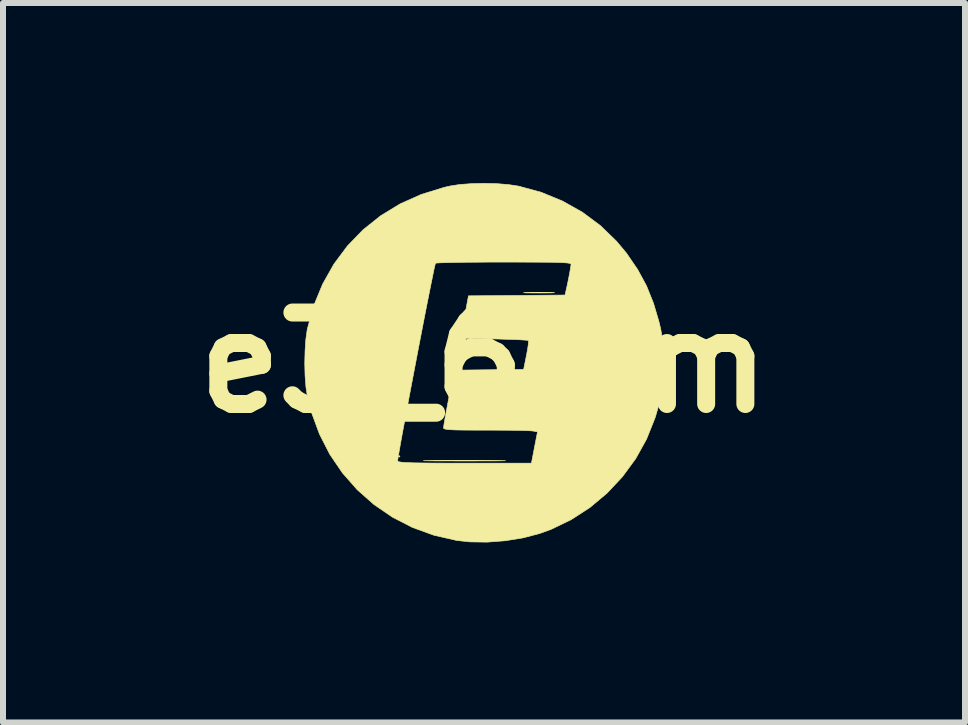
<source format=kicad_pcb>
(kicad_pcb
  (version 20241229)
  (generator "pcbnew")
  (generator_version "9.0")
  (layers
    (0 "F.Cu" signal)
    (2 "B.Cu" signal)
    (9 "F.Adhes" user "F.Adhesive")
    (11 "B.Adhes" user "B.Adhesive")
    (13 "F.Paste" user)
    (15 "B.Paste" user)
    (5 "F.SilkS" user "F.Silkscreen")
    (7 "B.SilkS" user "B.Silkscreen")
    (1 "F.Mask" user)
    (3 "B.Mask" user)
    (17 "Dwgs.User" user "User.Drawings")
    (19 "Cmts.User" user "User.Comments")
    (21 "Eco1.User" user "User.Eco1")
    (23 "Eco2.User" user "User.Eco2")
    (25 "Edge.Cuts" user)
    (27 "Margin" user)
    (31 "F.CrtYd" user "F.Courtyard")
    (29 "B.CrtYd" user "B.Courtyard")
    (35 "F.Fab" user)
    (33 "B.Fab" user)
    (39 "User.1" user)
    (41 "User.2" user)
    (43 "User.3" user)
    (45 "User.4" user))
  (footprint "e3_6mm"
    (layer "F.Cu")
    (at 5.015 2.992)
    (property "Reference" "e3_6mm" (at 0 0 0) (layer "F.SilkS") (effects (font (size 1.524 1.524) (thickness 0.3))))
    (attr through_hole)
    (fp_poly (pts (xy -1.4 1.562) (xy -1.413 1.575) (xy -1.425 1.562) (xy -1.413 1.55) (xy -1.4 1.562)) (stroke (width 0.01) (type solid)) (fill yes) (layer "F.SilkS"))
    (fp_poly (pts (xy 1.124 -1.169) (xy 1.132 -1.169) (xy 1.175 -1.166) (xy 1.172 -1.164) (xy 1.125 -1.162) (xy 1.039 -1.161) (xy 0.918 -1.16) (xy 0.912 -1.16) (xy 0.791 -1.161) (xy 0.706 -1.162) (xy 0.661 -1.164) (xy 0.659 -1.166) (xy 0.703 -1.168) (xy 0.707 -1.169) (xy 0.843 -1.172) (xy 0.992 -1.172) (xy 1.124 -1.169)) (stroke (width 0.01) (type solid)) (fill yes) (layer "F.SilkS"))
    (fp_poly (pts (xy -0.18 1.628) (xy 0.058 1.63) (xy 0.231 1.631) (xy 0.319 1.633) (xy 0.359 1.634) (xy 0.353 1.635) (xy 0.303 1.636) (xy 0.213 1.637) (xy 0.082 1.638) (xy -0.085 1.638) (xy -0.287 1.639) (xy -0.325 1.639) (xy -0.533 1.638) (xy -0.706 1.638) (xy -0.843 1.637) (xy -0.941 1.636) (xy -0.998 1.635) (xy -1.011 1.634) (xy -0.979 1.633) (xy -0.9 1.632) (xy -0.881 1.631) (xy -0.67 1.629) (xy -0.429 1.628) (xy -0.18 1.628)) (stroke (width 0.01) (type solid)) (fill yes) (layer "F.SilkS"))
    (fp_poly (pts (xy 0.213 -2.982) (xy 0.409 -2.966) (xy 0.574 -2.941) (xy 0.575 -2.941) (xy 0.953 -2.838) (xy 1.308 -2.692) (xy 1.639 -2.506) (xy 1.94 -2.282) (xy 2.209 -2.021) (xy 2.375 -1.822) (xy 2.56 -1.551) (xy 2.708 -1.278) (xy 2.825 -0.986) (xy 2.915 -0.681) (xy 2.942 -0.568) (xy 2.96 -0.469) (xy 2.973 -0.371) (xy 2.979 -0.26) (xy 2.982 -0.122) (xy 2.983 -0.013) (xy 2.98 0.204) (xy 2.969 0.386) (xy 2.947 0.55) (xy 2.911 0.711) (xy 2.861 0.885) (xy 2.847 0.928) (xy 2.708 1.275) (xy 2.527 1.601) (xy 2.306 1.902) (xy 2.051 2.174) (xy 1.765 2.414) (xy 1.453 2.616) (xy 1.118 2.778) (xy 0.925 2.848) (xy 0.65 2.92) (xy 0.353 2.968) (xy 0.052 2.991) (xy -0.238 2.987) (xy -0.456 2.963) (xy -0.836 2.876) (xy -1.194 2.746) (xy -1.528 2.574) (xy -1.835 2.364) (xy -2.113 2.118) (xy -2.359 1.838) (xy -2.493 1.641) (xy -1.44 1.641) (xy -1.429 1.649) (xy -1.4 1.656) (xy -1.351 1.662) (xy -1.275 1.666) (xy -1.171 1.67) (xy -1.033 1.672) (xy -0.858 1.674) (xy -0.641 1.675) (xy -0.38 1.675) (xy -0.318 1.675) (xy 0.79 1.675) (xy 0.84 1.415) (xy 0.891 1.154) (xy 0.817 1.14) (xy 0.774 1.136) (xy 0.687 1.132) (xy 0.565 1.129) (xy 0.415 1.127) (xy 0.243 1.126) (xy 0.057 1.125) (xy 0.034 1.125) (xy -0.175 1.125) (xy -0.34 1.124) (xy -0.465 1.122) (xy -0.555 1.118) (xy -0.616 1.113) (xy -0.653 1.106) (xy -0.671 1.097) (xy -0.675 1.088) (xy -0.67 1.049) (xy -0.657 0.968) (xy -0.636 0.852) (xy -0.609 0.706) (xy -0.577 0.537) (xy -0.541 0.353) (xy -0.522 0.257) (xy -0.497 0.126) (xy 0.082 0.119) (xy 0.66 0.113) (xy 0.707 -0.121) (xy 0.726 -0.223) (xy 0.738 -0.306) (xy 0.742 -0.358) (xy 0.74 -0.369) (xy 0.712 -0.373) (xy 0.641 -0.378) (xy 0.535 -0.384) (xy 0.401 -0.388) (xy 0.246 -0.393) (xy 0.167 -0.395) (xy -0.391 -0.407) (xy -0.325 -0.76) (xy -0.259 -1.113) (xy 0.545 -1.119) (xy 1.349 -1.126) (xy 1.362 -1.182) (xy 1.383 -1.275) (xy 1.405 -1.38) (xy 1.425 -1.483) (xy 1.44 -1.569) (xy 1.449 -1.627) (xy 1.45 -1.639) (xy 1.444 -1.648) (xy 1.424 -1.655) (xy 1.385 -1.661) (xy 1.324 -1.665) (xy 1.236 -1.669) (xy 1.118 -1.672) (xy 0.965 -1.673) (xy 0.773 -1.674) (xy 0.538 -1.675) (xy 0.326 -1.675) (xy 0.094 -1.675) (xy -0.122 -1.673) (xy -0.318 -1.672) (xy -0.488 -1.669) (xy -0.627 -1.666) (xy -0.73 -1.663) (xy -0.792 -1.659) (xy -0.809 -1.656) (xy -0.817 -1.626) (xy -0.834 -1.552) (xy -0.857 -1.439) (xy -0.887 -1.292) (xy -0.922 -1.116) (xy -0.962 -0.916) (xy -1.005 -0.697) (xy -1.05 -0.463) (xy -1.097 -0.22) (xy -1.144 0.027) (xy -1.191 0.273) (xy -1.237 0.514) (xy -1.28 0.744) (xy -1.32 0.958) (xy -1.356 1.152) (xy -1.387 1.321) (xy -1.411 1.459) (xy -1.429 1.561) (xy -1.438 1.624) (xy -1.44 1.641) (xy -2.493 1.641) (xy -2.57 1.528) (xy -2.743 1.189) (xy -2.877 0.824) (xy -2.943 0.564) (xy -2.967 0.407) (xy -2.982 0.217) (xy -2.987 0.011) (xy -2.982 -0.197) (xy -2.969 -0.389) (xy -2.946 -0.55) (xy -2.943 -0.564) (xy -2.837 -0.95) (xy -2.689 -1.309) (xy -2.502 -1.641) (xy -2.277 -1.943) (xy -2.017 -2.212) (xy -1.724 -2.446) (xy -1.4 -2.644) (xy -1.047 -2.802) (xy -0.668 -2.919) (xy -0.564 -2.943) (xy -0.403 -2.968) (xy -0.209 -2.982) (xy 0.002 -2.987) (xy 0.213 -2.982)) (stroke (width 0.01) (type solid)) (fill yes) (layer "F.SilkS")))
  (gr_rect
    (start -3 -3)
    (end 13.029 8.988)
    (stroke (width 0.1) (type default))
    (fill no)
    (layer "Edge.Cuts")))
</source>
